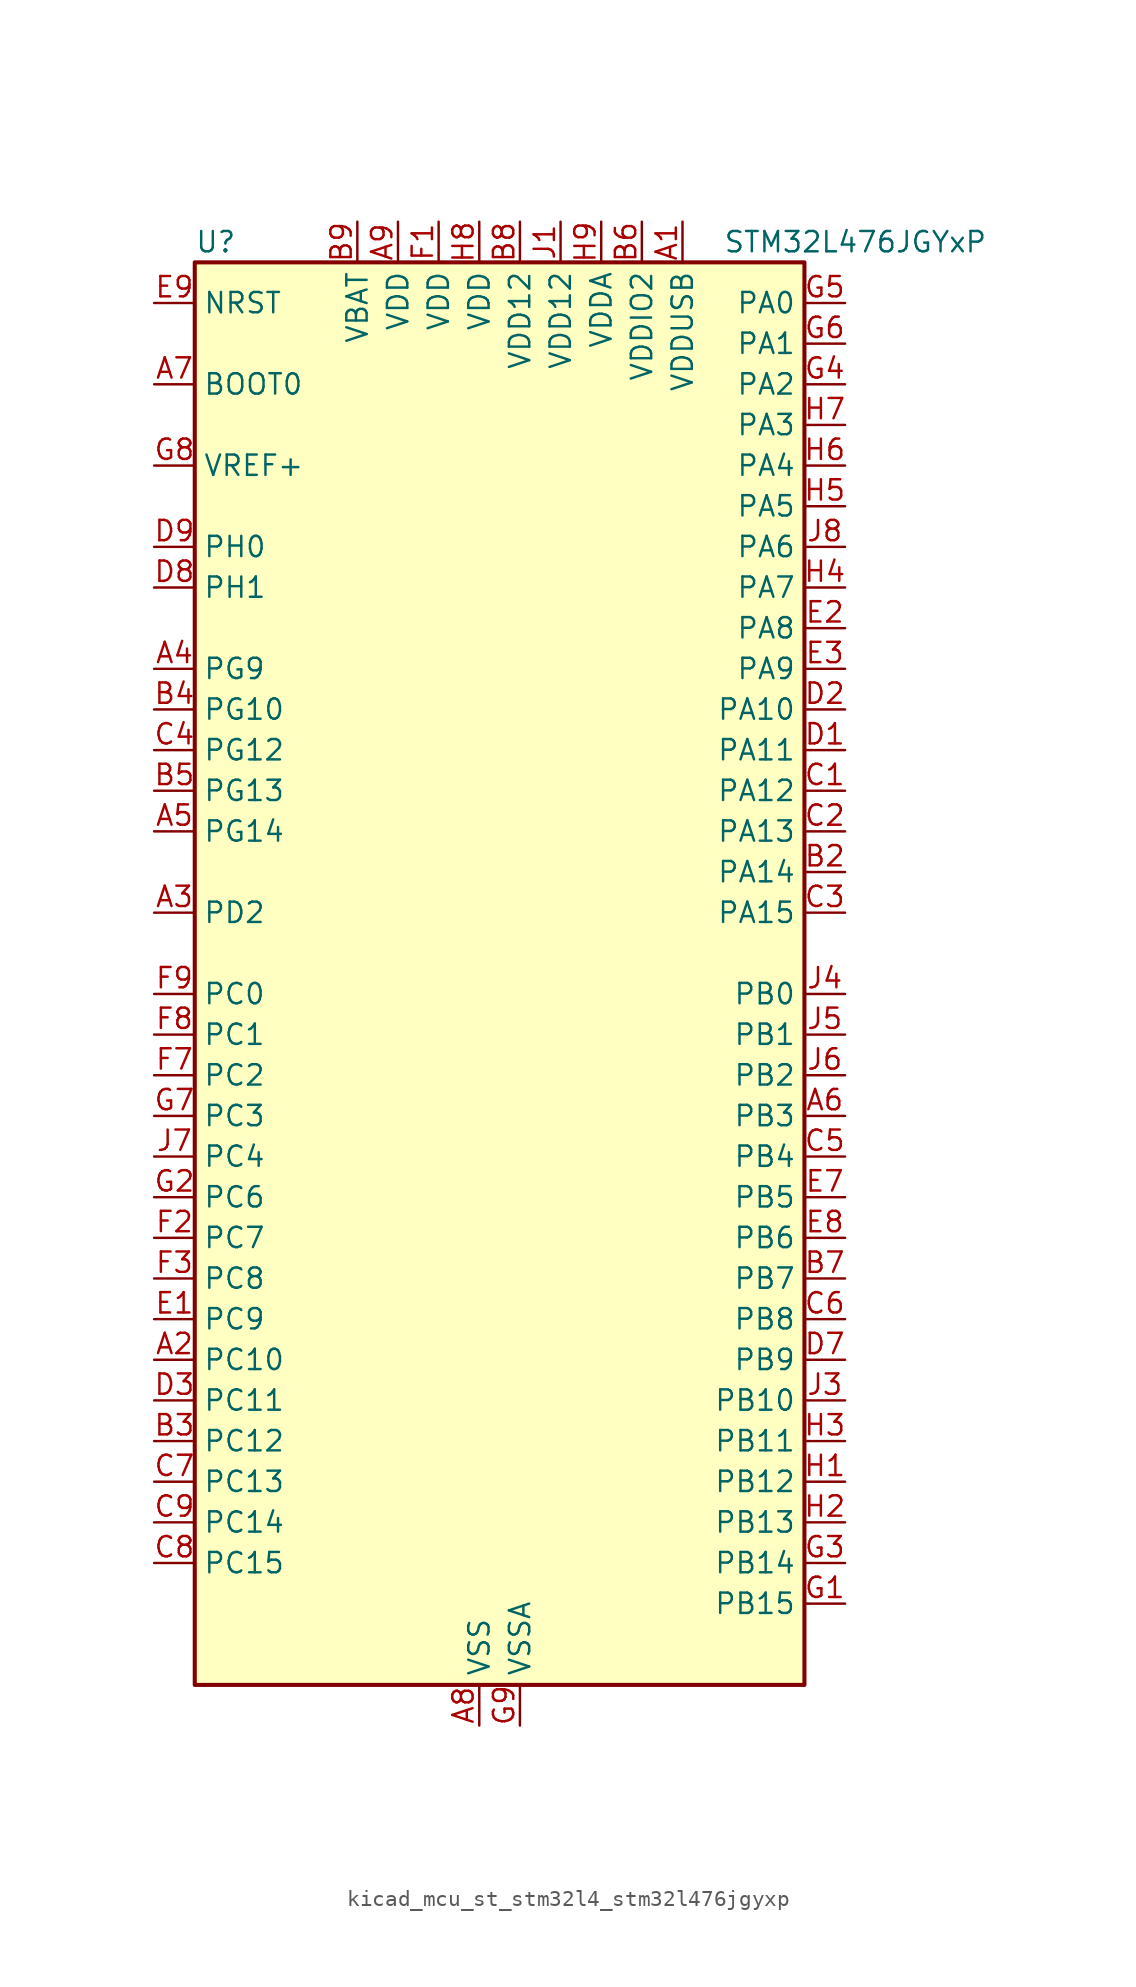
<source format=kicad_sym>
(kicad_symbol_lib
  (version 20220914)
  (generator kicad_symbol_editor)
  (symbol "kicad_mcu_st_stm32l4_stm32l476jgyxp"
    (property "Reference" "U"
      (at -17.78 46.99 0)
      (effects (font (size 1.27 1.27)) (justify left)))
    (property "Value" "STM32L476JGYxP"
      (at 15.24 46.99 0)
      (effects (font (size 1.27 1.27)) (justify left)))
    (property "ki_locked" ""
      (at 0 0 0)
      (effects (font (size 1.27 1.27))))
    (symbol "kicad_mcu_st_stm32l4_stm32l476jgyxp_0_1"
      (rectangle (start -17.78 -43.18) (end 20.32 45.72) (stroke (width 0.254) (type default)) (fill (type background))))
    (symbol "kicad_mcu_st_stm32l4_stm32l476jgyxp_1_1"
      (pin power_in line (at 12.7 48.26 270) (length 2.54) (name "VDDUSB" (effects (font (size 1.27 1.27)))) (number "A1" (effects (font (size 1.27 1.27)))))
      (pin bidirectional line (at -20.32 -22.86 0) (length 2.54) (name "PC10" (effects (font (size 1.27 1.27)))) (number "A2" (effects (font (size 1.27 1.27)))) (alternate "LCD_COM4" bidirectional line) (alternate "LCD_SEG28" bidirectional line) (alternate "LCD_SEG40" bidirectional line) (alternate "SAI2_SCK_B" bidirectional line) (alternate "SDMMC1_D2" bidirectional line) (alternate "SPI3_SCK" bidirectional line) (alternate "TSC_G3_IO2" bidirectional line) (alternate "UART4_TX" bidirectional line) (alternate "USART3_TX" bidirectional line))
      (pin bidirectional line (at -20.32 5.08 0) (length 2.54) (name "PD2" (effects (font (size 1.27 1.27)))) (number "A3" (effects (font (size 1.27 1.27)))) (alternate "LCD_COM7" bidirectional line) (alternate "LCD_SEG31" bidirectional line) (alternate "LCD_SEG43" bidirectional line) (alternate "SDMMC1_CMD" bidirectional line) (alternate "TIM3_ETR" bidirectional line) (alternate "TSC_SYNC" bidirectional line) (alternate "UART5_RX" bidirectional line) (alternate "USART3_DE" bidirectional line) (alternate "USART3_RTS" bidirectional line))
      (pin bidirectional line (at -20.32 20.32 0) (length 2.54) (name "PG9" (effects (font (size 1.27 1.27)))) (number "A4" (effects (font (size 1.27 1.27)))) (alternate "DAC1_EXTI9" bidirectional line) (alternate "SAI2_SCK_A" bidirectional line) (alternate "SPI3_SCK" bidirectional line) (alternate "TIM15_CH1N" bidirectional line) (alternate "USART1_TX" bidirectional line))
      (pin bidirectional line (at -20.32 10.16 0) (length 2.54) (name "PG14" (effects (font (size 1.27 1.27)))) (number "A5" (effects (font (size 1.27 1.27)))) (alternate "I2C1_SCL" bidirectional line))
      (pin bidirectional line (at 22.86 -7.62 180) (length 2.54) (name "PB3" (effects (font (size 1.27 1.27)))) (number "A6" (effects (font (size 1.27 1.27)))) (alternate "COMP2_INM" bidirectional line) (alternate "LCD_SEG7" bidirectional line) (alternate "SAI1_SCK_B" bidirectional line) (alternate "SPI1_SCK" bidirectional line) (alternate "SPI3_SCK" bidirectional line) (alternate "SYS_JTDO-SWO" bidirectional line) (alternate "TIM2_CH2" bidirectional line) (alternate "USART1_DE" bidirectional line) (alternate "USART1_RTS" bidirectional line))
      (pin input line (at -20.32 38.1 0) (length 2.54) (name "BOOT0" (effects (font (size 1.27 1.27)))) (number "A7" (effects (font (size 1.27 1.27)))))
      (pin power_in line (at 0 -45.72 90) (length 2.54) (name "VSS" (effects (font (size 1.27 1.27)))) (number "A8" (effects (font (size 1.27 1.27)))))
      (pin power_in line (at -5.08 48.26 270) (length 2.54) (name "VDD" (effects (font (size 1.27 1.27)))) (number "A9" (effects (font (size 1.27 1.27)))))
      (pin passive line (at 0 -45.72 90) (length 2.54) hide (name "VSS" (effects (font (size 1.27 1.27)))) (number "B1" (effects (font (size 1.27 1.27)))))
      (pin bidirectional line (at 22.86 7.62 180) (length 2.54) (name "PA14" (effects (font (size 1.27 1.27)))) (number "B2" (effects (font (size 1.27 1.27)))) (alternate "SYS_JTCK-SWCLK" bidirectional line))
      (pin bidirectional line (at -20.32 -27.94 0) (length 2.54) (name "PC12" (effects (font (size 1.27 1.27)))) (number "B3" (effects (font (size 1.27 1.27)))) (alternate "LCD_COM6" bidirectional line) (alternate "LCD_SEG30" bidirectional line) (alternate "LCD_SEG42" bidirectional line) (alternate "SAI2_SD_B" bidirectional line) (alternate "SDMMC1_CK" bidirectional line) (alternate "SPI3_MOSI" bidirectional line) (alternate "TSC_G3_IO4" bidirectional line) (alternate "UART5_TX" bidirectional line) (alternate "USART3_CK" bidirectional line))
      (pin bidirectional line (at -20.32 17.78 0) (length 2.54) (name "PG10" (effects (font (size 1.27 1.27)))) (number "B4" (effects (font (size 1.27 1.27)))) (alternate "LPTIM1_IN1" bidirectional line) (alternate "SAI2_FS_A" bidirectional line) (alternate "SPI3_MISO" bidirectional line) (alternate "TIM15_CH1" bidirectional line) (alternate "USART1_RX" bidirectional line))
      (pin bidirectional line (at -20.32 12.7 0) (length 2.54) (name "PG13" (effects (font (size 1.27 1.27)))) (number "B5" (effects (font (size 1.27 1.27)))) (alternate "I2C1_SDA" bidirectional line) (alternate "USART1_CK" bidirectional line))
      (pin power_in line (at 10.16 48.26 270) (length 2.54) (name "VDDIO2" (effects (font (size 1.27 1.27)))) (number "B6" (effects (font (size 1.27 1.27)))))
      (pin bidirectional line (at 22.86 -17.78 180) (length 2.54) (name "PB7" (effects (font (size 1.27 1.27)))) (number "B7" (effects (font (size 1.27 1.27)))) (alternate "COMP2_INM" bidirectional line) (alternate "DFSDM1_CKIN5" bidirectional line) (alternate "I2C1_SDA" bidirectional line) (alternate "LCD_SEG21" bidirectional line) (alternate "LPTIM1_IN2" bidirectional line) (alternate "SYS_PVD_IN" bidirectional line) (alternate "TIM17_CH1N" bidirectional line) (alternate "TIM4_CH2" bidirectional line) (alternate "TIM8_BKIN" bidirectional line) (alternate "TIM8_BKIN_COMP1" bidirectional line) (alternate "TSC_G2_IO4" bidirectional line) (alternate "UART4_CTS" bidirectional line) (alternate "USART1_RX" bidirectional line))
      (pin power_in line (at 2.54 48.26 270) (length 2.54) (name "VDD12" (effects (font (size 1.27 1.27)))) (number "B8" (effects (font (size 1.27 1.27)))))
      (pin power_in line (at -7.62 48.26 270) (length 2.54) (name "VBAT" (effects (font (size 1.27 1.27)))) (number "B9" (effects (font (size 1.27 1.27)))))
      (pin bidirectional line (at 22.86 12.7 180) (length 2.54) (name "PA12" (effects (font (size 1.27 1.27)))) (number "C1" (effects (font (size 1.27 1.27)))) (alternate "CAN1_TX" bidirectional line) (alternate "TIM1_ETR" bidirectional line) (alternate "USART1_DE" bidirectional line) (alternate "USART1_RTS" bidirectional line) (alternate "USB_OTG_FS_DP" bidirectional line))
      (pin bidirectional line (at 22.86 10.16 180) (length 2.54) (name "PA13" (effects (font (size 1.27 1.27)))) (number "C2" (effects (font (size 1.27 1.27)))) (alternate "IR_OUT" bidirectional line) (alternate "SYS_JTMS-SWDIO" bidirectional line) (alternate "USB_OTG_FS_NOE" bidirectional line))
      (pin bidirectional line (at 22.86 5.08 180) (length 2.54) (name "PA15" (effects (font (size 1.27 1.27)))) (number "C3" (effects (font (size 1.27 1.27)))) (alternate "ADC1_EXTI15" bidirectional line) (alternate "ADC2_EXTI15" bidirectional line) (alternate "ADC3_EXTI15" bidirectional line) (alternate "LCD_SEG17" bidirectional line) (alternate "SAI2_FS_B" bidirectional line) (alternate "SPI1_NSS" bidirectional line) (alternate "SPI3_NSS" bidirectional line) (alternate "SYS_JTDI" bidirectional line) (alternate "TIM2_CH1" bidirectional line) (alternate "TIM2_ETR" bidirectional line) (alternate "TSC_G3_IO1" bidirectional line) (alternate "UART4_DE" bidirectional line) (alternate "UART4_RTS" bidirectional line))
      (pin bidirectional line (at -20.32 15.24 0) (length 2.54) (name "PG12" (effects (font (size 1.27 1.27)))) (number "C4" (effects (font (size 1.27 1.27)))) (alternate "LPTIM1_ETR" bidirectional line) (alternate "SAI2_SD_A" bidirectional line) (alternate "SPI3_NSS" bidirectional line) (alternate "USART1_DE" bidirectional line) (alternate "USART1_RTS" bidirectional line))
      (pin bidirectional line (at 22.86 -10.16 180) (length 2.54) (name "PB4" (effects (font (size 1.27 1.27)))) (number "C5" (effects (font (size 1.27 1.27)))) (alternate "COMP2_INP" bidirectional line) (alternate "LCD_SEG8" bidirectional line) (alternate "SAI1_MCLK_B" bidirectional line) (alternate "SPI1_MISO" bidirectional line) (alternate "SPI3_MISO" bidirectional line) (alternate "SYS_JTRST" bidirectional line) (alternate "TIM17_BKIN" bidirectional line) (alternate "TIM3_CH1" bidirectional line) (alternate "TSC_G2_IO1" bidirectional line) (alternate "UART5_DE" bidirectional line) (alternate "UART5_RTS" bidirectional line) (alternate "USART1_CTS" bidirectional line))
      (pin bidirectional line (at 22.86 -20.32 180) (length 2.54) (name "PB8" (effects (font (size 1.27 1.27)))) (number "C6" (effects (font (size 1.27 1.27)))) (alternate "CAN1_RX" bidirectional line) (alternate "DFSDM1_DATIN6" bidirectional line) (alternate "I2C1_SCL" bidirectional line) (alternate "LCD_SEG16" bidirectional line) (alternate "SAI1_MCLK_A" bidirectional line) (alternate "SDMMC1_D4" bidirectional line) (alternate "TIM16_CH1" bidirectional line) (alternate "TIM4_CH3" bidirectional line))
      (pin bidirectional line (at -20.32 -30.48 0) (length 2.54) (name "PC13" (effects (font (size 1.27 1.27)))) (number "C7" (effects (font (size 1.27 1.27)))) (alternate "RTC_OUT_ALARM" bidirectional line) (alternate "RTC_OUT_CALIB" bidirectional line) (alternate "RTC_TAMP1" bidirectional line) (alternate "RTC_TS" bidirectional line) (alternate "SYS_WKUP2" bidirectional line))
      (pin bidirectional line (at -20.32 -35.56 0) (length 2.54) (name "PC15" (effects (font (size 1.27 1.27)))) (number "C8" (effects (font (size 1.27 1.27)))) (alternate "ADC1_EXTI15" bidirectional line) (alternate "ADC2_EXTI15" bidirectional line) (alternate "ADC3_EXTI15" bidirectional line) (alternate "RCC_OSC32_OUT" bidirectional line))
      (pin bidirectional line (at -20.32 -33.02 0) (length 2.54) (name "PC14" (effects (font (size 1.27 1.27)))) (number "C9" (effects (font (size 1.27 1.27)))) (alternate "RCC_OSC32_IN" bidirectional line))
      (pin bidirectional line (at 22.86 15.24 180) (length 2.54) (name "PA11" (effects (font (size 1.27 1.27)))) (number "D1" (effects (font (size 1.27 1.27)))) (alternate "ADC1_EXTI11" bidirectional line) (alternate "ADC2_EXTI11" bidirectional line) (alternate "ADC3_EXTI11" bidirectional line) (alternate "CAN1_RX" bidirectional line) (alternate "TIM1_BKIN2" bidirectional line) (alternate "TIM1_BKIN2_COMP1" bidirectional line) (alternate "TIM1_CH4" bidirectional line) (alternate "USART1_CTS" bidirectional line) (alternate "USB_OTG_FS_DM" bidirectional line))
      (pin bidirectional line (at 22.86 17.78 180) (length 2.54) (name "PA10" (effects (font (size 1.27 1.27)))) (number "D2" (effects (font (size 1.27 1.27)))) (alternate "LCD_COM2" bidirectional line) (alternate "TIM17_BKIN" bidirectional line) (alternate "TIM1_CH3" bidirectional line) (alternate "USART1_RX" bidirectional line) (alternate "USB_OTG_FS_ID" bidirectional line))
      (pin bidirectional line (at -20.32 -25.4 0) (length 2.54) (name "PC11" (effects (font (size 1.27 1.27)))) (number "D3" (effects (font (size 1.27 1.27)))) (alternate "ADC1_EXTI11" bidirectional line) (alternate "ADC2_EXTI11" bidirectional line) (alternate "ADC3_EXTI11" bidirectional line) (alternate "LCD_COM5" bidirectional line) (alternate "LCD_SEG29" bidirectional line) (alternate "LCD_SEG41" bidirectional line) (alternate "SAI2_MCLK_B" bidirectional line) (alternate "SDMMC1_D3" bidirectional line) (alternate "SPI3_MISO" bidirectional line) (alternate "TSC_G3_IO3" bidirectional line) (alternate "UART4_RX" bidirectional line) (alternate "USART3_RX" bidirectional line))
      (pin bidirectional line (at 22.86 -22.86 180) (length 2.54) (name "PB9" (effects (font (size 1.27 1.27)))) (number "D7" (effects (font (size 1.27 1.27)))) (alternate "CAN1_TX" bidirectional line) (alternate "DAC1_EXTI9" bidirectional line) (alternate "DFSDM1_CKIN6" bidirectional line) (alternate "I2C1_SDA" bidirectional line) (alternate "IR_OUT" bidirectional line) (alternate "LCD_COM3" bidirectional line) (alternate "SAI1_FS_A" bidirectional line) (alternate "SDMMC1_D5" bidirectional line) (alternate "SPI2_NSS" bidirectional line) (alternate "TIM17_CH1" bidirectional line) (alternate "TIM4_CH4" bidirectional line))
      (pin bidirectional line (at -20.32 25.4 0) (length 2.54) (name "PH1" (effects (font (size 1.27 1.27)))) (number "D8" (effects (font (size 1.27 1.27)))) (alternate "RCC_OSC_OUT" bidirectional line))
      (pin bidirectional line (at -20.32 27.94 0) (length 2.54) (name "PH0" (effects (font (size 1.27 1.27)))) (number "D9" (effects (font (size 1.27 1.27)))) (alternate "RCC_OSC_IN" bidirectional line))
      (pin bidirectional line (at -20.32 -20.32 0) (length 2.54) (name "PC9" (effects (font (size 1.27 1.27)))) (number "E1" (effects (font (size 1.27 1.27)))) (alternate "DAC1_EXTI9" bidirectional line) (alternate "LCD_SEG27" bidirectional line) (alternate "SAI2_EXTCLK" bidirectional line) (alternate "SDMMC1_D1" bidirectional line) (alternate "TIM3_CH4" bidirectional line) (alternate "TIM8_BKIN2" bidirectional line) (alternate "TIM8_BKIN2_COMP1" bidirectional line) (alternate "TIM8_CH4" bidirectional line) (alternate "TSC_G4_IO4" bidirectional line) (alternate "USB_OTG_FS_NOE" bidirectional line))
      (pin bidirectional line (at 22.86 22.86 180) (length 2.54) (name "PA8" (effects (font (size 1.27 1.27)))) (number "E2" (effects (font (size 1.27 1.27)))) (alternate "LCD_COM0" bidirectional line) (alternate "LPTIM2_OUT" bidirectional line) (alternate "RCC_MCO" bidirectional line) (alternate "TIM1_CH1" bidirectional line) (alternate "USART1_CK" bidirectional line) (alternate "USB_OTG_FS_SOF" bidirectional line))
      (pin bidirectional line (at 22.86 20.32 180) (length 2.54) (name "PA9" (effects (font (size 1.27 1.27)))) (number "E3" (effects (font (size 1.27 1.27)))) (alternate "DAC1_EXTI9" bidirectional line) (alternate "LCD_COM1" bidirectional line) (alternate "TIM15_BKIN" bidirectional line) (alternate "TIM1_CH2" bidirectional line) (alternate "USART1_TX" bidirectional line) (alternate "USB_OTG_FS_VBUS" bidirectional line))
      (pin bidirectional line (at 22.86 -12.7 180) (length 2.54) (name "PB5" (effects (font (size 1.27 1.27)))) (number "E7" (effects (font (size 1.27 1.27)))) (alternate "COMP2_OUT" bidirectional line) (alternate "I2C1_SMBA" bidirectional line) (alternate "LCD_SEG9" bidirectional line) (alternate "LPTIM1_IN1" bidirectional line) (alternate "SAI1_SD_B" bidirectional line) (alternate "SPI1_MOSI" bidirectional line) (alternate "SPI3_MOSI" bidirectional line) (alternate "TIM16_BKIN" bidirectional line) (alternate "TIM3_CH2" bidirectional line) (alternate "TSC_G2_IO2" bidirectional line) (alternate "UART5_CTS" bidirectional line) (alternate "USART1_CK" bidirectional line))
      (pin bidirectional line (at 22.86 -15.24 180) (length 2.54) (name "PB6" (effects (font (size 1.27 1.27)))) (number "E8" (effects (font (size 1.27 1.27)))) (alternate "COMP2_INP" bidirectional line) (alternate "DFSDM1_DATIN5" bidirectional line) (alternate "I2C1_SCL" bidirectional line) (alternate "LPTIM1_ETR" bidirectional line) (alternate "SAI1_FS_B" bidirectional line) (alternate "TIM16_CH1N" bidirectional line) (alternate "TIM4_CH1" bidirectional line) (alternate "TIM8_BKIN2" bidirectional line) (alternate "TIM8_BKIN2_COMP2" bidirectional line) (alternate "TSC_G2_IO3" bidirectional line) (alternate "USART1_TX" bidirectional line))
      (pin input line (at -20.32 43.18 0) (length 2.54) (name "NRST" (effects (font (size 1.27 1.27)))) (number "E9" (effects (font (size 1.27 1.27)))))
      (pin power_in line (at -2.54 48.26 270) (length 2.54) (name "VDD" (effects (font (size 1.27 1.27)))) (number "F1" (effects (font (size 1.27 1.27)))))
      (pin bidirectional line (at -20.32 -15.24 0) (length 2.54) (name "PC7" (effects (font (size 1.27 1.27)))) (number "F2" (effects (font (size 1.27 1.27)))) (alternate "DFSDM1_DATIN3" bidirectional line) (alternate "LCD_SEG25" bidirectional line) (alternate "SAI2_MCLK_B" bidirectional line) (alternate "SDMMC1_D7" bidirectional line) (alternate "TIM3_CH2" bidirectional line) (alternate "TIM8_CH2" bidirectional line) (alternate "TSC_G4_IO2" bidirectional line))
      (pin bidirectional line (at -20.32 -17.78 0) (length 2.54) (name "PC8" (effects (font (size 1.27 1.27)))) (number "F3" (effects (font (size 1.27 1.27)))) (alternate "LCD_SEG26" bidirectional line) (alternate "SDMMC1_D0" bidirectional line) (alternate "TIM3_CH3" bidirectional line) (alternate "TIM8_CH3" bidirectional line) (alternate "TSC_G4_IO3" bidirectional line))
      (pin bidirectional line (at -20.32 -5.08 0) (length 2.54) (name "PC2" (effects (font (size 1.27 1.27)))) (number "F7" (effects (font (size 1.27 1.27)))) (alternate "ADC1_IN3" bidirectional line) (alternate "ADC2_IN3" bidirectional line) (alternate "ADC3_IN3" bidirectional line) (alternate "DFSDM1_CKOUT" bidirectional line) (alternate "LCD_SEG20" bidirectional line) (alternate "LPTIM1_IN2" bidirectional line) (alternate "SPI2_MISO" bidirectional line))
      (pin bidirectional line (at -20.32 -2.54 0) (length 2.54) (name "PC1" (effects (font (size 1.27 1.27)))) (number "F8" (effects (font (size 1.27 1.27)))) (alternate "ADC1_IN2" bidirectional line) (alternate "ADC2_IN2" bidirectional line) (alternate "ADC3_IN2" bidirectional line) (alternate "DFSDM1_CKIN4" bidirectional line) (alternate "I2C3_SDA" bidirectional line) (alternate "LCD_SEG19" bidirectional line) (alternate "LPTIM1_OUT" bidirectional line) (alternate "LPUART1_TX" bidirectional line))
      (pin bidirectional line (at -20.32 0 0) (length 2.54) (name "PC0" (effects (font (size 1.27 1.27)))) (number "F9" (effects (font (size 1.27 1.27)))) (alternate "ADC1_IN1" bidirectional line) (alternate "ADC2_IN1" bidirectional line) (alternate "ADC3_IN1" bidirectional line) (alternate "DFSDM1_DATIN4" bidirectional line) (alternate "I2C3_SCL" bidirectional line) (alternate "LCD_SEG18" bidirectional line) (alternate "LPTIM1_IN1" bidirectional line) (alternate "LPTIM2_IN1" bidirectional line) (alternate "LPUART1_RX" bidirectional line))
      (pin bidirectional line (at 22.86 -38.1 180) (length 2.54) (name "PB15" (effects (font (size 1.27 1.27)))) (number "G1" (effects (font (size 1.27 1.27)))) (alternate "ADC1_EXTI15" bidirectional line) (alternate "ADC2_EXTI15" bidirectional line) (alternate "ADC3_EXTI15" bidirectional line) (alternate "DFSDM1_CKIN2" bidirectional line) (alternate "LCD_SEG15" bidirectional line) (alternate "RTC_REFIN" bidirectional line) (alternate "SAI2_SD_A" bidirectional line) (alternate "SPI2_MOSI" bidirectional line) (alternate "SWPMI1_SUSPEND" bidirectional line) (alternate "TIM15_CH2" bidirectional line) (alternate "TIM1_CH3N" bidirectional line) (alternate "TIM8_CH3N" bidirectional line) (alternate "TSC_G1_IO4" bidirectional line))
      (pin bidirectional line (at -20.32 -12.7 0) (length 2.54) (name "PC6" (effects (font (size 1.27 1.27)))) (number "G2" (effects (font (size 1.27 1.27)))) (alternate "DFSDM1_CKIN3" bidirectional line) (alternate "LCD_SEG24" bidirectional line) (alternate "SAI2_MCLK_A" bidirectional line) (alternate "SDMMC1_D6" bidirectional line) (alternate "TIM3_CH1" bidirectional line) (alternate "TIM8_CH1" bidirectional line) (alternate "TSC_G4_IO1" bidirectional line))
      (pin bidirectional line (at 22.86 -35.56 180) (length 2.54) (name "PB14" (effects (font (size 1.27 1.27)))) (number "G3" (effects (font (size 1.27 1.27)))) (alternate "DFSDM1_DATIN2" bidirectional line) (alternate "I2C2_SDA" bidirectional line) (alternate "LCD_SEG14" bidirectional line) (alternate "SAI2_MCLK_A" bidirectional line) (alternate "SPI2_MISO" bidirectional line) (alternate "SWPMI1_RX" bidirectional line) (alternate "TIM15_CH1" bidirectional line) (alternate "TIM1_CH2N" bidirectional line) (alternate "TIM8_CH2N" bidirectional line) (alternate "TSC_G1_IO3" bidirectional line) (alternate "USART3_DE" bidirectional line) (alternate "USART3_RTS" bidirectional line))
      (pin bidirectional line (at 22.86 38.1 180) (length 2.54) (name "PA2" (effects (font (size 1.27 1.27)))) (number "G4" (effects (font (size 1.27 1.27)))) (alternate "ADC1_IN7" bidirectional line) (alternate "ADC2_IN7" bidirectional line) (alternate "LCD_SEG1" bidirectional line) (alternate "RCC_LSCO" bidirectional line) (alternate "SAI2_EXTCLK" bidirectional line) (alternate "SYS_WKUP4" bidirectional line) (alternate "TIM15_CH1" bidirectional line) (alternate "TIM2_CH3" bidirectional line) (alternate "TIM5_CH3" bidirectional line) (alternate "USART2_TX" bidirectional line))
      (pin bidirectional line (at 22.86 43.18 180) (length 2.54) (name "PA0" (effects (font (size 1.27 1.27)))) (number "G5" (effects (font (size 1.27 1.27)))) (alternate "ADC1_IN5" bidirectional line) (alternate "ADC2_IN5" bidirectional line) (alternate "OPAMP1_VINP" bidirectional line) (alternate "RTC_TAMP2" bidirectional line) (alternate "SAI1_EXTCLK" bidirectional line) (alternate "SYS_WKUP1" bidirectional line) (alternate "TIM2_CH1" bidirectional line) (alternate "TIM2_ETR" bidirectional line) (alternate "TIM5_CH1" bidirectional line) (alternate "TIM8_ETR" bidirectional line) (alternate "UART4_TX" bidirectional line) (alternate "USART2_CTS" bidirectional line))
      (pin bidirectional line (at 22.86 40.64 180) (length 2.54) (name "PA1" (effects (font (size 1.27 1.27)))) (number "G6" (effects (font (size 1.27 1.27)))) (alternate "ADC1_IN6" bidirectional line) (alternate "ADC2_IN6" bidirectional line) (alternate "LCD_SEG0" bidirectional line) (alternate "OPAMP1_VINM" bidirectional line) (alternate "TIM15_CH1N" bidirectional line) (alternate "TIM2_CH2" bidirectional line) (alternate "TIM5_CH2" bidirectional line) (alternate "UART4_RX" bidirectional line) (alternate "USART2_DE" bidirectional line) (alternate "USART2_RTS" bidirectional line))
      (pin bidirectional line (at -20.32 -7.62 0) (length 2.54) (name "PC3" (effects (font (size 1.27 1.27)))) (number "G7" (effects (font (size 1.27 1.27)))) (alternate "ADC1_IN4" bidirectional line) (alternate "ADC2_IN4" bidirectional line) (alternate "ADC3_IN4" bidirectional line) (alternate "LCD_VLCD" bidirectional line) (alternate "LPTIM1_ETR" bidirectional line) (alternate "LPTIM2_ETR" bidirectional line) (alternate "SAI1_SD_A" bidirectional line) (alternate "SPI2_MOSI" bidirectional line))
      (pin input line (at -20.32 33.02 0) (length 2.54) (name "VREF+" (effects (font (size 1.27 1.27)))) (number "G8" (effects (font (size 1.27 1.27)))) (alternate "VREFBUF_OUT" bidirectional line))
      (pin power_in line (at 2.54 -45.72 90) (length 2.54) (name "VSSA" (effects (font (size 1.27 1.27)))) (number "G9" (effects (font (size 1.27 1.27)))))
      (pin bidirectional line (at 22.86 -30.48 180) (length 2.54) (name "PB12" (effects (font (size 1.27 1.27)))) (number "H1" (effects (font (size 1.27 1.27)))) (alternate "DFSDM1_DATIN1" bidirectional line) (alternate "I2C2_SMBA" bidirectional line) (alternate "LCD_SEG12" bidirectional line) (alternate "LPUART1_DE" bidirectional line) (alternate "LPUART1_RTS" bidirectional line) (alternate "SAI2_FS_A" bidirectional line) (alternate "SPI2_NSS" bidirectional line) (alternate "SWPMI1_IO" bidirectional line) (alternate "TIM15_BKIN" bidirectional line) (alternate "TIM1_BKIN" bidirectional line) (alternate "TIM1_BKIN_COMP2" bidirectional line) (alternate "TSC_G1_IO1" bidirectional line) (alternate "USART3_CK" bidirectional line))
      (pin bidirectional line (at 22.86 -33.02 180) (length 2.54) (name "PB13" (effects (font (size 1.27 1.27)))) (number "H2" (effects (font (size 1.27 1.27)))) (alternate "DFSDM1_CKIN1" bidirectional line) (alternate "I2C2_SCL" bidirectional line) (alternate "LCD_SEG13" bidirectional line) (alternate "LPUART1_CTS" bidirectional line) (alternate "SAI2_SCK_A" bidirectional line) (alternate "SPI2_SCK" bidirectional line) (alternate "SWPMI1_TX" bidirectional line) (alternate "TIM15_CH1N" bidirectional line) (alternate "TIM1_CH1N" bidirectional line) (alternate "TSC_G1_IO2" bidirectional line) (alternate "USART3_CTS" bidirectional line))
      (pin bidirectional line (at 22.86 -27.94 180) (length 2.54) (name "PB11" (effects (font (size 1.27 1.27)))) (number "H3" (effects (font (size 1.27 1.27)))) (alternate "ADC1_EXTI11" bidirectional line) (alternate "ADC2_EXTI11" bidirectional line) (alternate "ADC3_EXTI11" bidirectional line) (alternate "COMP2_OUT" bidirectional line) (alternate "DFSDM1_CKIN7" bidirectional line) (alternate "I2C2_SDA" bidirectional line) (alternate "LCD_SEG11" bidirectional line) (alternate "LPUART1_TX" bidirectional line) (alternate "QUADSPI_NCS" bidirectional line) (alternate "TIM2_CH4" bidirectional line) (alternate "USART3_RX" bidirectional line))
      (pin bidirectional line (at 22.86 25.4 180) (length 2.54) (name "PA7" (effects (font (size 1.27 1.27)))) (number "H4" (effects (font (size 1.27 1.27)))) (alternate "ADC1_IN12" bidirectional line) (alternate "ADC2_IN12" bidirectional line) (alternate "LCD_SEG4" bidirectional line) (alternate "OPAMP2_VINM" bidirectional line) (alternate "QUADSPI_BK1_IO2" bidirectional line) (alternate "SPI1_MOSI" bidirectional line) (alternate "TIM17_CH1" bidirectional line) (alternate "TIM1_CH1N" bidirectional line) (alternate "TIM3_CH2" bidirectional line) (alternate "TIM8_CH1N" bidirectional line))
      (pin bidirectional line (at 22.86 30.48 180) (length 2.54) (name "PA5" (effects (font (size 1.27 1.27)))) (number "H5" (effects (font (size 1.27 1.27)))) (alternate "ADC1_IN10" bidirectional line) (alternate "ADC2_IN10" bidirectional line) (alternate "DAC1_OUT2" bidirectional line) (alternate "LPTIM2_ETR" bidirectional line) (alternate "SPI1_SCK" bidirectional line) (alternate "TIM2_CH1" bidirectional line) (alternate "TIM2_ETR" bidirectional line) (alternate "TIM8_CH1N" bidirectional line))
      (pin bidirectional line (at 22.86 33.02 180) (length 2.54) (name "PA4" (effects (font (size 1.27 1.27)))) (number "H6" (effects (font (size 1.27 1.27)))) (alternate "ADC1_IN9" bidirectional line) (alternate "ADC2_IN9" bidirectional line) (alternate "DAC1_OUT1" bidirectional line) (alternate "LPTIM2_OUT" bidirectional line) (alternate "SAI1_FS_B" bidirectional line) (alternate "SPI1_NSS" bidirectional line) (alternate "SPI3_NSS" bidirectional line) (alternate "USART2_CK" bidirectional line))
      (pin bidirectional line (at 22.86 35.56 180) (length 2.54) (name "PA3" (effects (font (size 1.27 1.27)))) (number "H7" (effects (font (size 1.27 1.27)))) (alternate "ADC1_IN8" bidirectional line) (alternate "ADC2_IN8" bidirectional line) (alternate "LCD_SEG2" bidirectional line) (alternate "OPAMP1_VOUT" bidirectional line) (alternate "TIM15_CH2" bidirectional line) (alternate "TIM2_CH4" bidirectional line) (alternate "TIM5_CH4" bidirectional line) (alternate "USART2_RX" bidirectional line))
      (pin power_in line (at 0 48.26 270) (length 2.54) (name "VDD" (effects (font (size 1.27 1.27)))) (number "H8" (effects (font (size 1.27 1.27)))))
      (pin power_in line (at 7.62 48.26 270) (length 2.54) (name "VDDA" (effects (font (size 1.27 1.27)))) (number "H9" (effects (font (size 1.27 1.27)))))
      (pin power_in line (at 5.08 48.26 270) (length 2.54) (name "VDD12" (effects (font (size 1.27 1.27)))) (number "J1" (effects (font (size 1.27 1.27)))))
      (pin passive line (at 0 -45.72 90) (length 2.54) hide (name "VSS" (effects (font (size 1.27 1.27)))) (number "J2" (effects (font (size 1.27 1.27)))))
      (pin bidirectional line (at 22.86 -25.4 180) (length 2.54) (name "PB10" (effects (font (size 1.27 1.27)))) (number "J3" (effects (font (size 1.27 1.27)))) (alternate "COMP1_OUT" bidirectional line) (alternate "DFSDM1_DATIN7" bidirectional line) (alternate "I2C2_SCL" bidirectional line) (alternate "LCD_SEG10" bidirectional line) (alternate "LPUART1_RX" bidirectional line) (alternate "QUADSPI_CLK" bidirectional line) (alternate "SAI1_SCK_A" bidirectional line) (alternate "SPI2_SCK" bidirectional line) (alternate "TIM2_CH3" bidirectional line) (alternate "USART3_TX" bidirectional line))
      (pin bidirectional line (at 22.86 0 180) (length 2.54) (name "PB0" (effects (font (size 1.27 1.27)))) (number "J4" (effects (font (size 1.27 1.27)))) (alternate "ADC1_IN15" bidirectional line) (alternate "ADC2_IN15" bidirectional line) (alternate "COMP1_OUT" bidirectional line) (alternate "LCD_SEG5" bidirectional line) (alternate "OPAMP2_VOUT" bidirectional line) (alternate "QUADSPI_BK1_IO1" bidirectional line) (alternate "TIM1_CH2N" bidirectional line) (alternate "TIM3_CH3" bidirectional line) (alternate "TIM8_CH2N" bidirectional line) (alternate "USART3_CK" bidirectional line))
      (pin bidirectional line (at 22.86 -2.54 180) (length 2.54) (name "PB1" (effects (font (size 1.27 1.27)))) (number "J5" (effects (font (size 1.27 1.27)))) (alternate "ADC1_IN16" bidirectional line) (alternate "ADC2_IN16" bidirectional line) (alternate "COMP1_INM" bidirectional line) (alternate "DFSDM1_DATIN0" bidirectional line) (alternate "LCD_SEG6" bidirectional line) (alternate "LPTIM2_IN1" bidirectional line) (alternate "QUADSPI_BK1_IO0" bidirectional line) (alternate "TIM1_CH3N" bidirectional line) (alternate "TIM3_CH4" bidirectional line) (alternate "TIM8_CH3N" bidirectional line) (alternate "USART3_DE" bidirectional line) (alternate "USART3_RTS" bidirectional line))
      (pin bidirectional line (at 22.86 -5.08 180) (length 2.54) (name "PB2" (effects (font (size 1.27 1.27)))) (number "J6" (effects (font (size 1.27 1.27)))) (alternate "COMP1_INP" bidirectional line) (alternate "DFSDM1_CKIN0" bidirectional line) (alternate "I2C3_SMBA" bidirectional line) (alternate "LPTIM1_OUT" bidirectional line) (alternate "RTC_OUT_ALARM" bidirectional line) (alternate "RTC_OUT_CALIB" bidirectional line))
      (pin bidirectional line (at -20.32 -10.16 0) (length 2.54) (name "PC4" (effects (font (size 1.27 1.27)))) (number "J7" (effects (font (size 1.27 1.27)))) (alternate "ADC1_IN13" bidirectional line) (alternate "ADC2_IN13" bidirectional line) (alternate "COMP1_INM" bidirectional line) (alternate "LCD_SEG22" bidirectional line) (alternate "USART3_TX" bidirectional line))
      (pin bidirectional line (at 22.86 27.94 180) (length 2.54) (name "PA6" (effects (font (size 1.27 1.27)))) (number "J8" (effects (font (size 1.27 1.27)))) (alternate "ADC1_IN11" bidirectional line) (alternate "ADC2_IN11" bidirectional line) (alternate "LCD_SEG3" bidirectional line) (alternate "OPAMP2_VINP" bidirectional line) (alternate "QUADSPI_BK1_IO3" bidirectional line) (alternate "SPI1_MISO" bidirectional line) (alternate "TIM16_CH1" bidirectional line) (alternate "TIM1_BKIN" bidirectional line) (alternate "TIM1_BKIN_COMP2" bidirectional line) (alternate "TIM3_CH1" bidirectional line) (alternate "TIM8_BKIN" bidirectional line) (alternate "TIM8_BKIN_COMP2" bidirectional line) (alternate "USART3_CTS" bidirectional line))
      (pin passive line (at 0 -45.72 90) (length 2.54) hide (name "VSS" (effects (font (size 1.27 1.27)))) (number "J9" (effects (font (size 1.27 1.27))))))))
</source>
